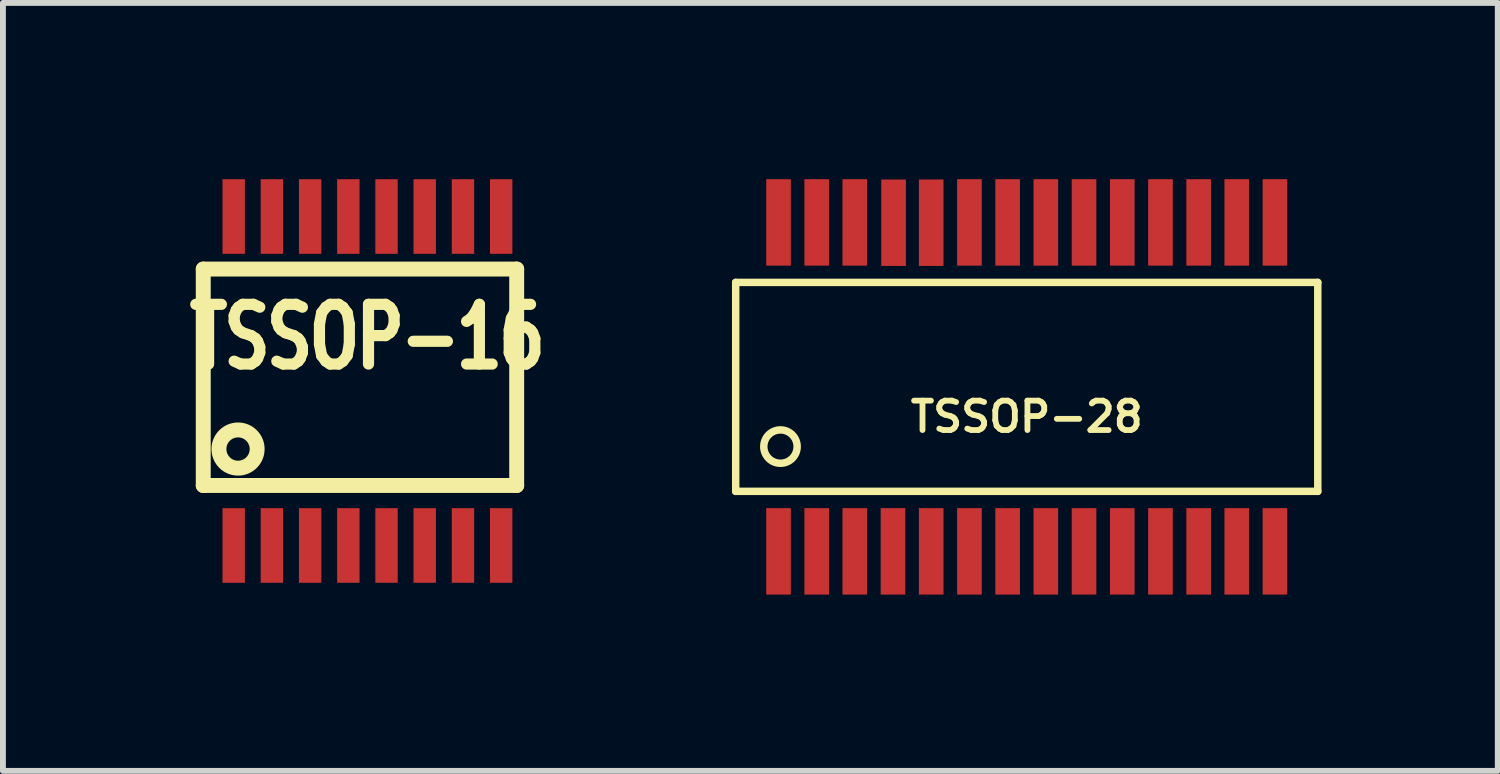
<source format=kicad_pcb>
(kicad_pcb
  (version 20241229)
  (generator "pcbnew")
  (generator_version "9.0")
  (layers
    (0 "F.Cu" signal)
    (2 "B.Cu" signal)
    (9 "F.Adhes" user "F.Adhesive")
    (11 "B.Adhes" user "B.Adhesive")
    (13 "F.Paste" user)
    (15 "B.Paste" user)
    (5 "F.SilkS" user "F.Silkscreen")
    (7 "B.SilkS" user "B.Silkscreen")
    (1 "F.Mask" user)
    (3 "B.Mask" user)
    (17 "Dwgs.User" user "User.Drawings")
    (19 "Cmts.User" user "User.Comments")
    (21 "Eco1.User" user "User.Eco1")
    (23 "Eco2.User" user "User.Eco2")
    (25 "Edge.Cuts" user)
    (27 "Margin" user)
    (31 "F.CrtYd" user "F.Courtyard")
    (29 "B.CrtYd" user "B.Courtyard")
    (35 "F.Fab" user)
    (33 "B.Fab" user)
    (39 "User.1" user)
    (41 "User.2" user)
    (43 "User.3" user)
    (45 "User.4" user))
  (footprint "TSSOP-28"
    (layer "F.Cu")
    (at 14.423 3.534)
    (property "Reference" "TSSOP-28" (at 0 0.508 0) (layer "F.SilkS") (effects (font (size 0.5 0.5) (thickness 0.099))))
    (attr smd)
    (fp_line (start -4.953 -1.778) (end -4.953 1.778) (stroke (width 0.127) (type solid)) (layer "F.SilkS"))
    (fp_line (start -4.953 1.778) (end 4.953 1.778) (stroke (width 0.127) (type solid)) (layer "F.SilkS"))
    (fp_line (start 4.953 -1.778) (end -4.953 -1.778) (stroke (width 0.127) (type solid)) (layer "F.SilkS"))
    (fp_line (start 4.953 -1.778) (end 4.953 1.778) (stroke (width 0.127) (type solid)) (layer "F.SilkS"))
    (fp_circle (center -4.191 1.016) (end -4.318 1.27) (stroke (width 0.127) (type solid)) (fill no) (layer "F.SilkS"))
    (pad "1" smd rect (at -4.224 2.799) (size 0.419 1.471) (layers "F.Cu" "F.Mask" "F.Paste"))
    (pad "2" smd rect (at -3.574 2.799) (size 0.419 1.471) (layers "F.Cu" "F.Mask" "F.Paste"))
    (pad "3" smd rect (at -2.926 2.799) (size 0.419 1.471) (layers "F.Cu" "F.Mask" "F.Paste"))
    (pad "4" smd rect (at -2.276 2.799) (size 0.419 1.471) (layers "F.Cu" "F.Mask" "F.Paste"))
    (pad "5" smd rect (at -1.626 2.799) (size 0.419 1.471) (layers "F.Cu" "F.Mask" "F.Paste"))
    (pad "6" smd rect (at -0.975 2.799) (size 0.419 1.471) (layers "F.Cu" "F.Mask" "F.Paste"))
    (pad "7" smd rect (at -0.325 2.799) (size 0.419 1.471) (layers "F.Cu" "F.Mask" "F.Paste"))
    (pad "8" smd rect (at 0.325 2.799) (size 0.419 1.471) (layers "F.Cu" "F.Mask" "F.Paste"))
    (pad "9" smd rect (at 0.975 2.799) (size 0.419 1.471) (layers "F.Cu" "F.Mask" "F.Paste"))
    (pad "10" smd rect (at 1.626 2.799) (size 0.419 1.471) (layers "F.Cu" "F.Mask" "F.Paste"))
    (pad "11" smd rect (at 2.276 2.799) (size 0.419 1.471) (layers "F.Cu" "F.Mask" "F.Paste"))
    (pad "12" smd rect (at 2.926 2.799) (size 0.419 1.471) (layers "F.Cu" "F.Mask" "F.Paste"))
    (pad "13" smd rect (at 3.574 2.799) (size 0.419 1.471) (layers "F.Cu" "F.Mask" "F.Paste"))
    (pad "14" smd rect (at 4.224 2.799) (size 0.419 1.471) (layers "F.Cu" "F.Mask" "F.Paste"))
    (pad "15" smd rect (at 4.224 -2.799) (size 0.419 1.471) (layers "F.Cu" "F.Mask" "F.Paste"))
    (pad "16" smd rect (at 3.574 -2.799) (size 0.419 1.471) (layers "F.Cu" "F.Mask" "F.Paste"))
    (pad "17" smd rect (at 2.926 -2.799) (size 0.419 1.471) (layers "F.Cu" "F.Mask" "F.Paste"))
    (pad "18" smd rect (at 2.276 -2.799) (size 0.419 1.471) (layers "F.Cu" "F.Mask" "F.Paste"))
    (pad "19" smd rect (at 1.626 -2.799) (size 0.419 1.471) (layers "F.Cu" "F.Mask" "F.Paste"))
    (pad "20" smd rect (at 0.975 -2.799) (size 0.419 1.471) (layers "F.Cu" "F.Mask" "F.Paste"))
    (pad "21" smd rect (at 0.325 -2.799) (size 0.419 1.471) (layers "F.Cu" "F.Mask" "F.Paste"))
    (pad "22" smd rect (at -0.325 -2.799) (size 0.419 1.471) (layers "F.Cu" "F.Mask" "F.Paste"))
    (pad "23" smd rect (at -0.975 -2.799) (size 0.419 1.471) (layers "F.Cu" "F.Mask" "F.Paste"))
    (pad "24" smd rect (at -1.626 -2.794) (size 0.419 1.471) (layers "F.Cu" "F.Mask" "F.Paste"))
    (pad "25" smd rect (at -2.266 -2.794) (size 0.419 1.471) (layers "F.Cu" "F.Mask" "F.Paste"))
    (pad "26" smd rect (at -2.926 -2.799) (size 0.419 1.471) (layers "F.Cu" "F.Mask" "F.Paste"))
    (pad "27" smd rect (at -3.574 -2.799) (size 0.419 1.471) (layers "F.Cu" "F.Mask" "F.Paste"))
    (pad "28" smd rect (at -4.224 -2.799) (size 0.419 1.471) (layers "F.Cu" "F.Mask" "F.Paste")))
  (footprint "TSSOP-16"
    (layer "F.Cu")
    (at 3.203 3.434)
    (property "Reference" "TSSOP-16" (at 0 -0.749 0) (layer "F.SilkS") (effects (font (size 1.016 0.762) (thickness 0.191))))
    (attr smd)
    (fp_line (start -2.794 -1.905) (end 2.54 -1.905) (stroke (width 0.254) (type solid)) (layer "F.SilkS"))
    (fp_line (start -2.794 1.778) (end -2.794 -1.905) (stroke (width 0.254) (type solid)) (layer "F.SilkS"))
    (fp_line (start 2.54 -1.905) (end 2.54 1.778) (stroke (width 0.254) (type solid)) (layer "F.SilkS"))
    (fp_line (start 2.54 1.778) (end -2.794 1.778) (stroke (width 0.254) (type solid)) (layer "F.SilkS"))
    (fp_circle (center -2.202 1.158) (end -2.405 1.412) (stroke (width 0.254) (type solid)) (fill no) (layer "F.SilkS"))
    (pad "1" smd rect (at -2.276 2.799) (size 0.381 1.27) (layers "F.Cu" "F.Mask" "F.Paste"))
    (pad "2" smd rect (at -1.626 2.799) (size 0.381 1.27) (layers "F.Cu" "F.Mask" "F.Paste"))
    (pad "3" smd rect (at -0.975 2.799) (size 0.381 1.27) (layers "F.Cu" "F.Mask" "F.Paste"))
    (pad "4" smd rect (at -0.325 2.799) (size 0.381 1.27) (layers "F.Cu" "F.Mask" "F.Paste"))
    (pad "5" smd rect (at 0.325 2.799) (size 0.381 1.27) (layers "F.Cu" "F.Mask" "F.Paste"))
    (pad "6" smd rect (at 0.975 2.799) (size 0.381 1.27) (layers "F.Cu" "F.Mask" "F.Paste"))
    (pad "7" smd rect (at 1.626 2.799) (size 0.381 1.27) (layers "F.Cu" "F.Mask" "F.Paste"))
    (pad "8" smd rect (at 2.276 2.799) (size 0.381 1.27) (layers "F.Cu" "F.Mask" "F.Paste"))
    (pad "9" smd rect (at 2.276 -2.799) (size 0.381 1.27) (layers "F.Cu" "F.Mask" "F.Paste"))
    (pad "10" smd rect (at 1.626 -2.799) (size 0.381 1.27) (layers "F.Cu" "F.Mask" "F.Paste"))
    (pad "11" smd rect (at 0.975 -2.799) (size 0.381 1.27) (layers "F.Cu" "F.Mask" "F.Paste"))
    (pad "12" smd rect (at 0.325 -2.799) (size 0.381 1.27) (layers "F.Cu" "F.Mask" "F.Paste"))
    (pad "13" smd rect (at -0.325 -2.799) (size 0.381 1.27) (layers "F.Cu" "F.Mask" "F.Paste"))
    (pad "14" smd rect (at -0.975 -2.799) (size 0.381 1.27) (layers "F.Cu" "F.Mask" "F.Paste"))
    (pad "15" smd rect (at -1.626 -2.799) (size 0.381 1.27) (layers "F.Cu" "F.Mask" "F.Paste"))
    (pad "16" smd rect (at -2.276 -2.799) (size 0.381 1.27) (layers "F.Cu" "F.Mask" "F.Paste")))
  (gr_rect
    (start -3 -3)
    (end 22.439 10.069)
    (stroke (width 0.1) (type default))
    (fill no)
    (layer "Edge.Cuts")))
</source>
